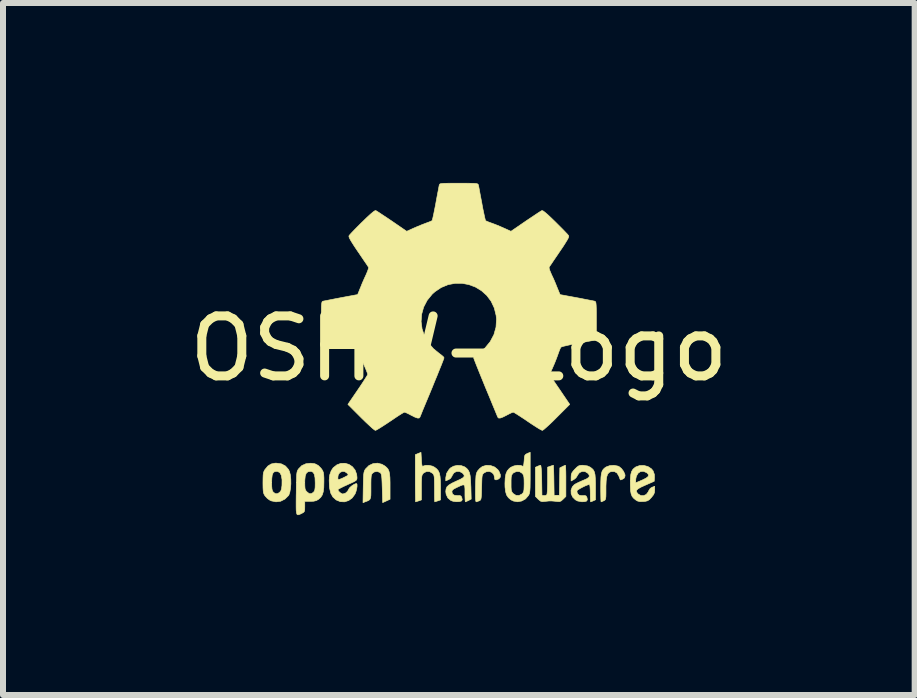
<source format=kicad_pcb>
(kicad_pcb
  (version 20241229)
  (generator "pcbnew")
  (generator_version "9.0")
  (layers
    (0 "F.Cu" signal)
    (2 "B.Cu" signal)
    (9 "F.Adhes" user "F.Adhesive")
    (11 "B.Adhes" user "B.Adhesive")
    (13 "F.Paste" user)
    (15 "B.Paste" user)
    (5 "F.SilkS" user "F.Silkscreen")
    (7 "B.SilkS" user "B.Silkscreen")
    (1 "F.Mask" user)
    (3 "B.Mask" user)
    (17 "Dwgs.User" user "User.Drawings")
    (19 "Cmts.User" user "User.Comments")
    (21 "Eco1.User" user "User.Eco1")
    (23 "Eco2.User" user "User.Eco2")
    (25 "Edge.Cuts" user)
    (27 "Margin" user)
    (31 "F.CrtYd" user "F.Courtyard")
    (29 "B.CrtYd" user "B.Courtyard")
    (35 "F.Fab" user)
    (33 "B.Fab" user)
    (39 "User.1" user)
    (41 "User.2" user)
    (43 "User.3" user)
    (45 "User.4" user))
  (footprint "OSHW-Logo"
    (layer "F.Cu")
    (at 4.601 2.763)
    (property "Reference" "OSHW-Logo" (at 0 0 0) (layer "F.SilkS") (effects (font (size 1 1) (thickness 0.15))))
    (attr exclude_from_pos_files exclude_from_bom)
    (fp_poly (pts (xy 2.653 1.959) (xy 2.67 1.966) (xy 2.711 1.999) (xy 2.747 2.047) (xy 2.769 2.097) (xy 2.772 2.122) (xy 2.76 2.157) (xy 2.734 2.175) (xy 2.706 2.187) (xy 2.693 2.189) (xy 2.687 2.174) (xy 2.674 2.141) (xy 2.669 2.127) (xy 2.639 2.076) (xy 2.595 2.05) (xy 2.538 2.051) (xy 2.534 2.052) (xy 2.504 2.067) (xy 2.481 2.094) (xy 2.466 2.139) (xy 2.457 2.205) (xy 2.453 2.294) (xy 2.453 2.341) (xy 2.453 2.416) (xy 2.452 2.467) (xy 2.448 2.499) (xy 2.442 2.518) (xy 2.432 2.529) (xy 2.417 2.537) (xy 2.416 2.538) (xy 2.387 2.55) (xy 2.372 2.555) (xy 2.37 2.541) (xy 2.368 2.503) (xy 2.367 2.446) (xy 2.366 2.374) (xy 2.366 2.322) (xy 2.367 2.22) (xy 2.37 2.143) (xy 2.377 2.086) (xy 2.389 2.045) (xy 2.407 2.014) (xy 2.432 1.99) (xy 2.457 1.973) (xy 2.517 1.951) (xy 2.587 1.946) (xy 2.653 1.959)) (stroke (width 0.01) (type solid)) (fill yes) (layer "F.SilkS"))
    (fp_poly (pts (xy -1.284 1.928) (xy -1.237 1.955) (xy -1.205 1.981) (xy -1.181 2.009) (xy -1.165 2.044) (xy -1.155 2.089) (xy -1.149 2.151) (xy -1.147 2.234) (xy -1.147 2.293) (xy -1.147 2.512) (xy -1.208 2.54) (xy -1.27 2.568) (xy -1.277 2.328) (xy -1.28 2.238) (xy -1.283 2.173) (xy -1.287 2.128) (xy -1.293 2.099) (xy -1.3 2.081) (xy -1.31 2.07) (xy -1.313 2.067) (xy -1.36 2.048) (xy -1.408 2.056) (xy -1.437 2.076) (xy -1.449 2.09) (xy -1.457 2.108) (xy -1.462 2.136) (xy -1.465 2.179) (xy -1.466 2.242) (xy -1.466 2.307) (xy -1.466 2.389) (xy -1.467 2.447) (xy -1.472 2.486) (xy -1.482 2.512) (xy -1.499 2.528) (xy -1.525 2.541) (xy -1.56 2.554) (xy -1.598 2.569) (xy -1.594 2.311) (xy -1.592 2.219) (xy -1.59 2.15) (xy -1.587 2.101) (xy -1.582 2.066) (xy -1.575 2.042) (xy -1.566 2.022) (xy -1.554 2.005) (xy -1.499 1.95) (xy -1.431 1.918) (xy -1.357 1.91) (xy -1.284 1.928)) (stroke (width 0.01) (type solid)) (fill yes) (layer "F.SilkS"))
    (fp_poly (pts (xy 0.53 1.95) (xy 0.596 1.974) (xy 0.649 2.017) (xy 0.67 2.047) (xy 0.693 2.103) (xy 0.692 2.143) (xy 0.669 2.17) (xy 0.66 2.175) (xy 0.622 2.189) (xy 0.602 2.185) (xy 0.595 2.161) (xy 0.595 2.148) (xy 0.583 2.099) (xy 0.551 2.065) (xy 0.508 2.048) (xy 0.459 2.053) (xy 0.419 2.074) (xy 0.405 2.087) (xy 0.396 2.101) (xy 0.389 2.124) (xy 0.385 2.159) (xy 0.383 2.212) (xy 0.381 2.288) (xy 0.38 2.312) (xy 0.378 2.394) (xy 0.376 2.451) (xy 0.372 2.49) (xy 0.367 2.513) (xy 0.359 2.526) (xy 0.347 2.535) (xy 0.339 2.538) (xy 0.307 2.55) (xy 0.288 2.555) (xy 0.282 2.541) (xy 0.278 2.5) (xy 0.277 2.431) (xy 0.278 2.334) (xy 0.278 2.319) (xy 0.28 2.23) (xy 0.283 2.165) (xy 0.286 2.119) (xy 0.292 2.087) (xy 0.3 2.064) (xy 0.311 2.044) (xy 0.317 2.035) (xy 0.35 1.998) (xy 0.388 1.969) (xy 0.392 1.966) (xy 0.459 1.946) (xy 0.53 1.95)) (stroke (width 0.01) (type solid)) (fill yes) (layer "F.SilkS"))
    (fp_poly (pts (xy -0.624 1.851) (xy -0.62 1.911) (xy -0.615 1.946) (xy -0.608 1.961) (xy -0.598 1.961) (xy -0.595 1.959) (xy -0.552 1.946) (xy -0.497 1.947) (xy -0.44 1.96) (xy -0.405 1.978) (xy -0.369 2.006) (xy -0.342 2.038) (xy -0.324 2.078) (xy -0.313 2.132) (xy -0.307 2.204) (xy -0.305 2.299) (xy -0.305 2.317) (xy -0.305 2.523) (xy -0.351 2.539) (xy -0.383 2.549) (xy -0.401 2.554) (xy -0.401 2.555) (xy -0.403 2.541) (xy -0.405 2.503) (xy -0.406 2.446) (xy -0.406 2.375) (xy -0.406 2.332) (xy -0.407 2.247) (xy -0.408 2.186) (xy -0.41 2.144) (xy -0.415 2.117) (xy -0.422 2.098) (xy -0.433 2.085) (xy -0.44 2.078) (xy -0.487 2.051) (xy -0.538 2.049) (xy -0.584 2.072) (xy -0.593 2.08) (xy -0.605 2.095) (xy -0.614 2.114) (xy -0.619 2.14) (xy -0.622 2.18) (xy -0.624 2.238) (xy -0.624 2.318) (xy -0.624 2.523) (xy -0.67 2.539) (xy -0.702 2.549) (xy -0.72 2.554) (xy -0.721 2.555) (xy -0.722 2.541) (xy -0.723 2.501) (xy -0.724 2.441) (xy -0.725 2.362) (xy -0.726 2.269) (xy -0.726 2.167) (xy -0.726 1.769) (xy -0.679 1.749) (xy -0.631 1.73) (xy -0.624 1.851)) (stroke (width 0.01) (type solid)) (fill yes) (layer "F.SilkS"))
    (fp_poly (pts (xy 1.78 1.959) (xy 1.782 1.997) (xy 1.784 2.055) (xy 1.785 2.128) (xy 1.785 2.205) (xy 1.785 2.465) (xy 1.739 2.511) (xy 1.708 2.539) (xy 1.68 2.551) (xy 1.642 2.55) (xy 1.627 2.548) (xy 1.58 2.543) (xy 1.541 2.54) (xy 1.531 2.54) (xy 1.499 2.541) (xy 1.453 2.546) (xy 1.436 2.548) (xy 1.392 2.552) (xy 1.363 2.544) (xy 1.334 2.521) (xy 1.323 2.511) (xy 1.277 2.465) (xy 1.277 1.979) (xy 1.314 1.962) (xy 1.346 1.949) (xy 1.365 1.945) (xy 1.369 1.959) (xy 1.374 1.997) (xy 1.378 2.056) (xy 1.381 2.132) (xy 1.382 2.195) (xy 1.386 2.446) (xy 1.421 2.451) (xy 1.452 2.447) (xy 1.468 2.436) (xy 1.472 2.415) (xy 1.476 2.371) (xy 1.478 2.309) (xy 1.48 2.235) (xy 1.48 2.197) (xy 1.48 1.977) (xy 1.526 1.961) (xy 1.559 1.95) (xy 1.576 1.945) (xy 1.577 1.945) (xy 1.578 1.959) (xy 1.58 1.997) (xy 1.582 2.054) (xy 1.584 2.127) (xy 1.585 2.195) (xy 1.589 2.446) (xy 1.676 2.446) (xy 1.68 2.217) (xy 1.684 1.989) (xy 1.727 1.967) (xy 1.758 1.952) (xy 1.777 1.945) (xy 1.777 1.945) (xy 1.78 1.959)) (stroke (width 0.01) (type solid)) (fill yes) (layer "F.SilkS"))
    (fp_poly (pts (xy -2.959 1.922) (xy -2.891 1.958) (xy -2.841 2.015) (xy -2.823 2.052) (xy -2.809 2.108) (xy -2.802 2.178) (xy -2.801 2.255) (xy -2.807 2.33) (xy -2.818 2.394) (xy -2.834 2.441) (xy -2.839 2.449) (xy -2.9 2.509) (xy -2.971 2.545) (xy -3.049 2.555) (xy -3.127 2.539) (xy -3.149 2.529) (xy -3.192 2.499) (xy -3.229 2.459) (xy -3.233 2.454) (xy -3.247 2.43) (xy -3.257 2.404) (xy -3.262 2.37) (xy -3.265 2.321) (xy -3.266 2.251) (xy -3.266 2.235) (xy -3.266 2.23) (xy -3.121 2.23) (xy -3.12 2.296) (xy -3.116 2.34) (xy -3.109 2.369) (xy -3.098 2.388) (xy -3.092 2.395) (xy -3.057 2.42) (xy -3.023 2.419) (xy -2.989 2.397) (xy -2.969 2.374) (xy -2.957 2.34) (xy -2.95 2.288) (xy -2.949 2.281) (xy -2.948 2.186) (xy -2.96 2.114) (xy -2.985 2.068) (xy -3.023 2.048) (xy -3.037 2.047) (xy -3.073 2.052) (xy -3.097 2.072) (xy -3.112 2.109) (xy -3.119 2.168) (xy -3.121 2.23) (xy -3.266 2.23) (xy -3.265 2.16) (xy -3.263 2.108) (xy -3.258 2.072) (xy -3.249 2.045) (xy -3.236 2.022) (xy -3.233 2.017) (xy -3.184 1.958) (xy -3.13 1.924) (xy -3.064 1.91) (xy -3.042 1.91) (xy -2.959 1.922)) (stroke (width 0.01) (type solid)) (fill yes) (layer "F.SilkS"))
    (fp_poly (pts (xy 3.154 1.967) (xy 3.211 2.004) (xy 3.239 2.038) (xy 3.261 2.099) (xy 3.262 2.147) (xy 3.258 2.212) (xy 3.11 2.277) (xy 3.037 2.31) (xy 2.99 2.337) (xy 2.966 2.36) (xy 2.961 2.383) (xy 2.975 2.407) (xy 2.99 2.424) (xy 3.034 2.45) (xy 3.081 2.452) (xy 3.125 2.432) (xy 3.157 2.391) (xy 3.163 2.376) (xy 3.191 2.331) (xy 3.222 2.312) (xy 3.266 2.296) (xy 3.266 2.358) (xy 3.262 2.4) (xy 3.247 2.436) (xy 3.215 2.477) (xy 3.211 2.482) (xy 3.176 2.519) (xy 3.145 2.538) (xy 3.108 2.547) (xy 3.076 2.55) (xy 3.02 2.551) (xy 2.981 2.542) (xy 2.956 2.528) (xy 2.917 2.497) (xy 2.89 2.465) (xy 2.873 2.423) (xy 2.863 2.368) (xy 2.86 2.291) (xy 2.859 2.253) (xy 2.86 2.206) (xy 2.948 2.206) (xy 2.949 2.231) (xy 2.952 2.235) (xy 2.968 2.23) (xy 3.004 2.215) (xy 3.052 2.194) (xy 3.062 2.19) (xy 3.123 2.159) (xy 3.157 2.132) (xy 3.164 2.106) (xy 3.146 2.08) (xy 3.132 2.069) (xy 3.079 2.046) (xy 3.03 2.05) (xy 2.989 2.078) (xy 2.961 2.127) (xy 2.952 2.166) (xy 2.948 2.206) (xy 2.86 2.206) (xy 2.861 2.162) (xy 2.868 2.095) (xy 2.882 2.047) (xy 2.904 2.011) (xy 2.937 1.983) (xy 2.951 1.973) (xy 3.015 1.95) (xy 3.085 1.948) (xy 3.154 1.967)) (stroke (width 0.01) (type solid)) (fill yes) (layer "F.SilkS"))
    (fp_poly (pts (xy 1.19 2.065) (xy 1.19 2.174) (xy 1.189 2.257) (xy 1.188 2.32) (xy 1.185 2.365) (xy 1.181 2.397) (xy 1.175 2.421) (xy 1.167 2.439) (xy 1.161 2.449) (xy 1.112 2.506) (xy 1.049 2.541) (xy 0.98 2.554) (xy 0.911 2.542) (xy 0.869 2.522) (xy 0.826 2.485) (xy 0.796 2.441) (xy 0.779 2.383) (xy 0.77 2.306) (xy 0.769 2.25) (xy 0.769 2.246) (xy 0.871 2.246) (xy 0.871 2.311) (xy 0.874 2.354) (xy 0.881 2.382) (xy 0.893 2.402) (xy 0.906 2.417) (xy 0.953 2.447) (xy 1.004 2.449) (xy 1.051 2.425) (xy 1.055 2.421) (xy 1.071 2.404) (xy 1.081 2.383) (xy 1.086 2.352) (xy 1.088 2.305) (xy 1.089 2.252) (xy 1.088 2.185) (xy 1.085 2.141) (xy 1.078 2.112) (xy 1.066 2.091) (xy 1.057 2.08) (xy 1.013 2.052) (xy 0.962 2.049) (xy 0.914 2.07) (xy 0.904 2.078) (xy 0.889 2.096) (xy 0.879 2.117) (xy 0.873 2.148) (xy 0.871 2.196) (xy 0.871 2.246) (xy 0.769 2.246) (xy 0.773 2.159) (xy 0.785 2.09) (xy 0.807 2.039) (xy 0.842 1.998) (xy 0.869 1.978) (xy 0.919 1.956) (xy 0.976 1.945) (xy 1.03 1.948) (xy 1.06 1.959) (xy 1.071 1.962) (xy 1.079 1.951) (xy 1.084 1.919) (xy 1.089 1.871) (xy 1.093 1.817) (xy 1.099 1.784) (xy 1.111 1.766) (xy 1.131 1.754) (xy 1.143 1.748) (xy 1.19 1.729) (xy 1.19 2.065)) (stroke (width 0.01) (type solid)) (fill yes) (layer "F.SilkS"))
    (fp_poly (pts (xy -1.832 1.931) (xy -1.774 1.97) (xy -1.73 2.025) (xy -1.704 2.096) (xy -1.698 2.148) (xy -1.699 2.17) (xy -1.704 2.187) (xy -1.718 2.201) (xy -1.745 2.218) (xy -1.79 2.239) (xy -1.857 2.269) (xy -1.858 2.27) (xy -1.92 2.298) (xy -1.97 2.323) (xy -2.005 2.342) (xy -2.017 2.353) (xy -2.017 2.353) (xy -2.006 2.376) (xy -1.98 2.402) (xy -1.949 2.42) (xy -1.934 2.424) (xy -1.891 2.411) (xy -1.855 2.379) (xy -1.837 2.345) (xy -1.82 2.319) (xy -1.787 2.29) (xy -1.748 2.264) (xy -1.713 2.25) (xy -1.706 2.25) (xy -1.698 2.262) (xy -1.697 2.294) (xy -1.703 2.337) (xy -1.715 2.383) (xy -1.73 2.423) (xy -1.731 2.424) (xy -1.777 2.489) (xy -1.837 2.533) (xy -1.906 2.555) (xy -1.976 2.552) (xy -2.044 2.524) (xy -2.047 2.522) (xy -2.101 2.473) (xy -2.136 2.41) (xy -2.155 2.327) (xy -2.158 2.304) (xy -2.162 2.194) (xy -2.157 2.143) (xy -2.017 2.143) (xy -2.016 2.175) (xy -2.006 2.184) (xy -1.981 2.177) (xy -1.942 2.161) (xy -1.899 2.14) (xy -1.898 2.139) (xy -1.861 2.12) (xy -1.846 2.107) (xy -1.85 2.093) (xy -1.865 2.076) (xy -1.904 2.05) (xy -1.946 2.048) (xy -1.984 2.067) (xy -2.01 2.103) (xy -2.017 2.143) (xy -2.157 2.143) (xy -2.153 2.106) (xy -2.128 2.036) (xy -2.095 1.987) (xy -2.033 1.938) (xy -1.966 1.913) (xy -1.897 1.912) (xy -1.832 1.931)) (stroke (width 0.01) (type solid)) (fill yes) (layer "F.SilkS"))
    (fp_poly (pts (xy 0.04 1.951) (xy 0.097 1.972) (xy 0.097 1.972) (xy 0.132 1.998) (xy 0.158 2.029) (xy 0.177 2.068) (xy 0.189 2.121) (xy 0.196 2.194) (xy 0.2 2.289) (xy 0.201 2.303) (xy 0.206 2.509) (xy 0.162 2.532) (xy 0.13 2.547) (xy 0.11 2.554) (xy 0.11 2.555) (xy 0.106 2.541) (xy 0.104 2.505) (xy 0.102 2.451) (xy 0.102 2.408) (xy 0.102 2.339) (xy 0.098 2.295) (xy 0.087 2.274) (xy 0.064 2.273) (xy 0.022 2.289) (xy -0.04 2.318) (xy -0.086 2.342) (xy -0.109 2.363) (xy -0.116 2.386) (xy -0.116 2.387) (xy -0.105 2.426) (xy -0.071 2.447) (xy -0.019 2.451) (xy 0.018 2.45) (xy 0.038 2.461) (xy 0.05 2.487) (xy 0.057 2.519) (xy 0.047 2.538) (xy 0.043 2.541) (xy 0.007 2.551) (xy -0.043 2.553) (xy -0.095 2.546) (xy -0.132 2.533) (xy -0.183 2.49) (xy -0.212 2.429) (xy -0.218 2.382) (xy -0.213 2.34) (xy -0.198 2.305) (xy -0.166 2.275) (xy -0.115 2.244) (xy -0.041 2.209) (xy -0.036 2.207) (xy 0.031 2.176) (xy 0.072 2.151) (xy 0.09 2.128) (xy 0.086 2.105) (xy 0.063 2.078) (xy 0.056 2.072) (xy 0.009 2.048) (xy -0.04 2.049) (xy -0.082 2.072) (xy -0.111 2.116) (xy -0.113 2.124) (xy -0.139 2.165) (xy -0.171 2.185) (xy -0.218 2.205) (xy -0.218 2.154) (xy -0.204 2.08) (xy -0.161 2.012) (xy -0.139 1.99) (xy -0.089 1.961) (xy -0.026 1.947) (xy 0.04 1.951)) (stroke (width 0.01) (type solid)) (fill yes) (layer "F.SilkS"))
    (fp_poly (pts (xy -2.4 1.92) (xy -2.345 1.948) (xy -2.296 1.998) (xy -2.282 2.017) (xy -2.268 2.042) (xy -2.258 2.069) (xy -2.253 2.105) (xy -2.25 2.156) (xy -2.25 2.224) (xy -2.252 2.318) (xy -2.261 2.388) (xy -2.277 2.44) (xy -2.303 2.48) (xy -2.34 2.513) (xy -2.342 2.515) (xy -2.379 2.535) (xy -2.422 2.545) (xy -2.478 2.547) (xy -2.569 2.547) (xy -2.569 2.635) (xy -2.57 2.684) (xy -2.575 2.713) (xy -2.588 2.73) (xy -2.614 2.745) (xy -2.62 2.748) (xy -2.649 2.762) (xy -2.672 2.77) (xy -2.688 2.771) (xy -2.7 2.761) (xy -2.707 2.737) (xy -2.712 2.696) (xy -2.713 2.636) (xy -2.713 2.553) (xy -2.712 2.445) (xy -2.711 2.413) (xy -2.71 2.302) (xy -2.709 2.229) (xy -2.569 2.229) (xy -2.568 2.29) (xy -2.565 2.331) (xy -2.557 2.358) (xy -2.543 2.378) (xy -2.533 2.388) (xy -2.495 2.418) (xy -2.46 2.42) (xy -2.425 2.396) (xy -2.424 2.395) (xy -2.409 2.376) (xy -2.401 2.351) (xy -2.396 2.312) (xy -2.395 2.252) (xy -2.395 2.238) (xy -2.398 2.156) (xy -2.409 2.099) (xy -2.429 2.064) (xy -2.458 2.048) (xy -2.476 2.047) (xy -2.516 2.054) (xy -2.544 2.078) (xy -2.561 2.123) (xy -2.568 2.191) (xy -2.569 2.229) (xy -2.709 2.229) (xy -2.708 2.215) (xy -2.706 2.15) (xy -2.704 2.103) (xy -2.7 2.069) (xy -2.694 2.045) (xy -2.687 2.028) (xy -2.677 2.012) (xy -2.673 2.006) (xy -2.619 1.951) (xy -2.55 1.92) (xy -2.47 1.911) (xy -2.4 1.92)) (stroke (width 0.01) (type solid)) (fill yes) (layer "F.SilkS"))
    (fp_poly (pts (xy 2.145 1.956) (xy 2.187 1.975) (xy 2.219 1.998) (xy 2.244 2.024) (xy 2.26 2.057) (xy 2.271 2.103) (xy 2.276 2.165) (xy 2.279 2.249) (xy 2.279 2.305) (xy 2.279 2.521) (xy 2.242 2.538) (xy 2.213 2.55) (xy 2.198 2.555) (xy 2.195 2.541) (xy 2.193 2.505) (xy 2.192 2.452) (xy 2.192 2.409) (xy 2.19 2.348) (xy 2.187 2.3) (xy 2.182 2.271) (xy 2.178 2.264) (xy 2.153 2.271) (xy 2.112 2.287) (xy 2.066 2.309) (xy 2.021 2.333) (xy 1.986 2.355) (xy 1.97 2.37) (xy 1.97 2.37) (xy 1.971 2.397) (xy 1.984 2.423) (xy 2.006 2.444) (xy 2.038 2.451) (xy 2.065 2.451) (xy 2.104 2.45) (xy 2.124 2.459) (xy 2.136 2.483) (xy 2.138 2.488) (xy 2.143 2.522) (xy 2.129 2.543) (xy 2.092 2.552) (xy 2.052 2.554) (xy 1.981 2.541) (xy 1.943 2.521) (xy 1.898 2.476) (xy 1.873 2.42) (xy 1.871 2.361) (xy 1.892 2.306) (xy 1.923 2.271) (xy 1.953 2.252) (xy 2.002 2.228) (xy 2.058 2.203) (xy 2.068 2.199) (xy 2.13 2.172) (xy 2.166 2.148) (xy 2.177 2.124) (xy 2.167 2.097) (xy 2.148 2.076) (xy 2.104 2.05) (xy 2.056 2.048) (xy 2.012 2.068) (xy 1.981 2.108) (xy 1.977 2.118) (xy 1.952 2.156) (xy 1.917 2.184) (xy 1.872 2.207) (xy 1.872 2.141) (xy 1.875 2.102) (xy 1.886 2.07) (xy 1.911 2.036) (xy 1.935 2.01) (xy 1.972 1.974) (xy 2.001 1.954) (xy 2.033 1.946) (xy 2.068 1.945) (xy 2.145 1.956)) (stroke (width 0.01) (type solid)) (fill yes) (layer "F.SilkS"))
    (fp_poly (pts (xy 0.104 -2.758) (xy 0.182 -2.757) (xy 0.239 -2.756) (xy 0.278 -2.754) (xy 0.303 -2.75) (xy 0.316 -2.744) (xy 0.323 -2.737) (xy 0.326 -2.726) (xy 0.327 -2.725) (xy 0.332 -2.701) (xy 0.341 -2.653) (xy 0.353 -2.587) (xy 0.368 -2.508) (xy 0.385 -2.42) (xy 0.385 -2.417) (xy 0.401 -2.331) (xy 0.417 -2.255) (xy 0.43 -2.194) (xy 0.44 -2.152) (xy 0.446 -2.133) (xy 0.447 -2.133) (xy 0.465 -2.124) (xy 0.502 -2.109) (xy 0.551 -2.091) (xy 0.552 -2.091) (xy 0.613 -2.068) (xy 0.686 -2.038) (xy 0.754 -2.008) (xy 0.757 -2.007) (xy 0.869 -1.956) (xy 1.115 -2.125) (xy 1.191 -2.176) (xy 1.26 -2.222) (xy 1.317 -2.26) (xy 1.359 -2.287) (xy 1.383 -2.301) (xy 1.385 -2.302) (xy 1.402 -2.298) (xy 1.434 -2.275) (xy 1.481 -2.235) (xy 1.546 -2.174) (xy 1.612 -2.11) (xy 1.676 -2.046) (xy 1.733 -1.989) (xy 1.78 -1.94) (xy 1.814 -1.904) (xy 1.83 -1.884) (xy 1.831 -1.883) (xy 1.833 -1.869) (xy 1.826 -1.847) (xy 1.809 -1.814) (xy 1.779 -1.765) (xy 1.737 -1.699) (xy 1.679 -1.614) (xy 1.629 -1.54) (xy 1.583 -1.473) (xy 1.546 -1.417) (xy 1.519 -1.378) (xy 1.506 -1.357) (xy 1.505 -1.356) (xy 1.507 -1.336) (xy 1.519 -1.298) (xy 1.54 -1.248) (xy 1.547 -1.232) (xy 1.58 -1.162) (xy 1.614 -1.082) (xy 1.642 -1.012) (xy 1.663 -0.961) (xy 1.679 -0.922) (xy 1.688 -0.901) (xy 1.689 -0.9) (xy 1.706 -0.897) (xy 1.746 -0.89) (xy 1.804 -0.879) (xy 1.875 -0.866) (xy 1.952 -0.852) (xy 2.032 -0.837) (xy 2.107 -0.822) (xy 2.174 -0.809) (xy 2.227 -0.799) (xy 2.26 -0.792) (xy 2.268 -0.79) (xy 2.276 -0.785) (xy 2.283 -0.774) (xy 2.287 -0.754) (xy 2.29 -0.72) (xy 2.292 -0.67) (xy 2.293 -0.599) (xy 2.293 -0.504) (xy 2.293 -0.465) (xy 2.293 -0.147) (xy 2.217 -0.132) (xy 2.175 -0.124) (xy 2.111 -0.112) (xy 2.035 -0.098) (xy 1.953 -0.083) (xy 1.93 -0.079) (xy 1.855 -0.064) (xy 1.789 -0.049) (xy 1.738 -0.037) (xy 1.709 -0.027) (xy 1.704 -0.024) (xy 1.691 -0.003) (xy 1.674 0.038) (xy 1.655 0.09) (xy 1.651 0.102) (xy 1.625 0.172) (xy 1.594 0.25) (xy 1.563 0.321) (xy 1.563 0.322) (xy 1.511 0.433) (xy 1.68 0.681) (xy 1.849 0.93) (xy 1.632 1.147) (xy 1.567 1.212) (xy 1.507 1.269) (xy 1.456 1.315) (xy 1.418 1.348) (xy 1.396 1.363) (xy 1.392 1.364) (xy 1.374 1.356) (xy 1.335 1.335) (xy 1.281 1.301) (xy 1.216 1.259) (xy 1.146 1.212) (xy 1.075 1.164) (xy 1.011 1.122) (xy 0.959 1.089) (xy 0.923 1.067) (xy 0.907 1.06) (xy 0.887 1.066) (xy 0.85 1.083) (xy 0.803 1.107) (xy 0.798 1.11) (xy 0.734 1.142) (xy 0.69 1.158) (xy 0.663 1.158) (xy 0.649 1.143) (xy 0.649 1.143) (xy 0.642 1.126) (xy 0.625 1.085) (xy 0.6 1.024) (xy 0.567 0.945) (xy 0.529 0.852) (xy 0.486 0.748) (xy 0.444 0.648) (xy 0.399 0.537) (xy 0.357 0.434) (xy 0.32 0.342) (xy 0.289 0.265) (xy 0.266 0.206) (xy 0.251 0.167) (xy 0.247 0.153) (xy 0.258 0.136) (xy 0.287 0.11) (xy 0.326 0.081) (xy 0.437 -0.011) (xy 0.523 -0.116) (xy 0.585 -0.233) (xy 0.62 -0.358) (xy 0.628 -0.49) (xy 0.622 -0.552) (xy 0.591 -0.678) (xy 0.538 -0.79) (xy 0.466 -0.886) (xy 0.378 -0.965) (xy 0.278 -1.026) (xy 0.168 -1.067) (xy 0.053 -1.089) (xy -0.065 -1.088) (xy -0.181 -1.066) (xy -0.294 -1.019) (xy -0.4 -0.948) (xy -0.444 -0.908) (xy -0.528 -0.805) (xy -0.587 -0.692) (xy -0.62 -0.573) (xy -0.629 -0.451) (xy -0.613 -0.329) (xy -0.573 -0.211) (xy -0.51 -0.1) (xy -0.423 0.002) (xy -0.326 0.081) (xy -0.286 0.111) (xy -0.257 0.137) (xy -0.247 0.153) (xy -0.252 0.17) (xy -0.267 0.21) (xy -0.291 0.272) (xy -0.323 0.35) (xy -0.36 0.443) (xy -0.403 0.546) (xy -0.444 0.648) (xy -0.49 0.759) (xy -0.533 0.862) (xy -0.571 0.953) (xy -0.603 1.03) (xy -0.627 1.09) (xy -0.643 1.129) (xy -0.649 1.143) (xy -0.663 1.158) (xy -0.69 1.158) (xy -0.734 1.142) (xy -0.797 1.11) (xy -0.798 1.11) (xy -0.845 1.085) (xy -0.884 1.067) (xy -0.906 1.06) (xy -0.907 1.06) (xy -0.923 1.067) (xy -0.96 1.089) (xy -1.012 1.122) (xy -1.075 1.164) (xy -1.146 1.212) (xy -1.218 1.26) (xy -1.283 1.302) (xy -1.336 1.335) (xy -1.374 1.357) (xy -1.392 1.364) (xy -1.409 1.354) (xy -1.443 1.327) (xy -1.49 1.284) (xy -1.547 1.231) (xy -1.612 1.168) (xy -1.633 1.147) (xy -1.85 0.93) (xy -1.684 0.687) (xy -1.634 0.613) (xy -1.59 0.546) (xy -1.555 0.491) (xy -1.53 0.451) (xy -1.519 0.43) (xy -1.519 0.429) (xy -1.525 0.409) (xy -1.54 0.37) (xy -1.562 0.317) (xy -1.578 0.282) (xy -1.607 0.215) (xy -1.635 0.147) (xy -1.656 0.09) (xy -1.662 0.073) (xy -1.679 0.026) (xy -1.695 -0.01) (xy -1.704 -0.024) (xy -1.723 -0.032) (xy -1.766 -0.044) (xy -1.826 -0.058) (xy -1.898 -0.073) (xy -1.93 -0.079) (xy -2.012 -0.094) (xy -2.091 -0.108) (xy -2.159 -0.121) (xy -2.208 -0.13) (xy -2.217 -0.132) (xy -2.293 -0.147) (xy -2.293 -0.465) (xy -2.293 -0.569) (xy -2.292 -0.648) (xy -2.291 -0.705) (xy -2.288 -0.744) (xy -2.284 -0.769) (xy -2.279 -0.782) (xy -2.271 -0.789) (xy -2.268 -0.79) (xy -2.249 -0.794) (xy -2.207 -0.802) (xy -2.148 -0.814) (xy -2.077 -0.828) (xy -1.999 -0.843) (xy -1.92 -0.858) (xy -1.845 -0.872) (xy -1.779 -0.884) (xy -1.727 -0.894) (xy -1.696 -0.899) (xy -1.689 -0.9) (xy -1.683 -0.912) (xy -1.669 -0.946) (xy -1.65 -0.994) (xy -1.642 -1.012) (xy -1.613 -1.085) (xy -1.578 -1.165) (xy -1.547 -1.232) (xy -1.525 -1.284) (xy -1.51 -1.326) (xy -1.504 -1.352) (xy -1.505 -1.356) (xy -1.516 -1.372) (xy -1.54 -1.409) (xy -1.576 -1.461) (xy -1.62 -1.526) (xy -1.67 -1.6) (xy -1.68 -1.614) (xy -1.738 -1.7) (xy -1.78 -1.766) (xy -1.809 -1.814) (xy -1.826 -1.847) (xy -1.833 -1.869) (xy -1.831 -1.883) (xy -1.831 -1.883) (xy -1.816 -1.901) (xy -1.785 -1.935) (xy -1.739 -1.983) (xy -1.683 -2.04) (xy -1.62 -2.103) (xy -1.612 -2.11) (xy -1.533 -2.187) (xy -1.471 -2.244) (xy -1.427 -2.281) (xy -1.398 -2.3) (xy -1.385 -2.302) (xy -1.367 -2.292) (xy -1.328 -2.267) (xy -1.274 -2.231) (xy -1.207 -2.187) (xy -1.133 -2.137) (xy -1.115 -2.125) (xy -0.869 -1.956) (xy -0.757 -2.007) (xy -0.69 -2.036) (xy -0.617 -2.066) (xy -0.554 -2.09) (xy -0.552 -2.091) (xy -0.503 -2.109) (xy -0.465 -2.124) (xy -0.447 -2.133) (xy -0.447 -2.133) (xy -0.441 -2.149) (xy -0.431 -2.19) (xy -0.418 -2.25) (xy -0.403 -2.325) (xy -0.386 -2.41) (xy -0.385 -2.417) (xy -0.369 -2.505) (xy -0.354 -2.585) (xy -0.341 -2.651) (xy -0.332 -2.7) (xy -0.327 -2.725) (xy -0.327 -2.725) (xy -0.323 -2.736) (xy -0.317 -2.744) (xy -0.305 -2.75) (xy -0.281 -2.753) (xy -0.244 -2.756) (xy -0.19 -2.757) (xy -0.114 -2.758) (xy -0.013 -2.758) (xy 0 -2.758) (xy 0.104 -2.758)) (stroke (width 0.01) (type solid)) (fill yes) (layer "F.SilkS")))
  (gr_rect
    (start -3 -3)
    (end 12.202 8.539)
    (stroke (width 0.1) (type default))
    (fill no)
    (layer "Edge.Cuts")))
</source>
